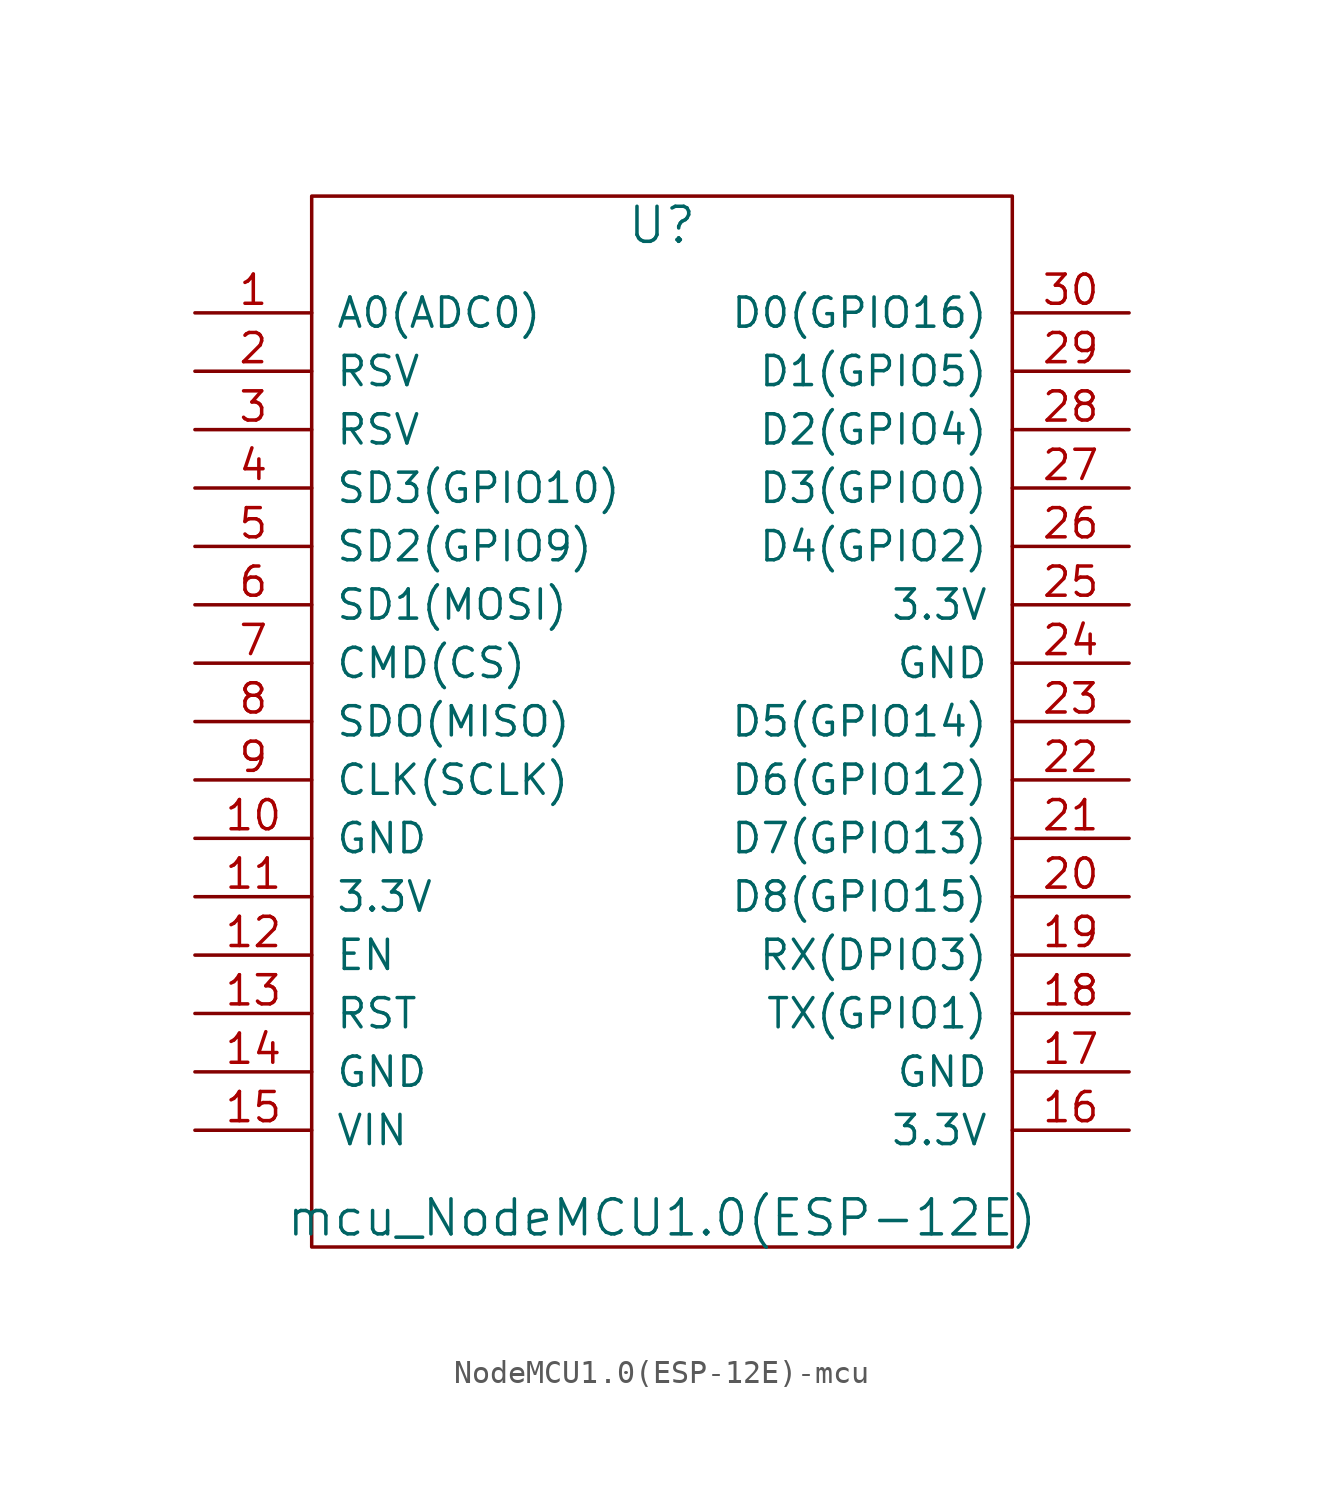
<source format=kicad_sym>
(kicad_symbol_lib
  (version 20220914)
  (generator kicad_symbol_editor)
  (symbol "NodeMCU1.0(ESP-12E)-mcu"
    (pin_names
      (offset 1.016))
    (property "Reference" "U"
      (at 0 21.59 0)
      (effects (font (size 1.524 1.524))))
    (property "Value" "mcu_NodeMCU1.0(ESP-12E)"
      (at 0 -21.59 0)
      (effects (font (size 1.524 1.524))))
    (property "Footprint" ""
      (at -15.24 -21.59 0)
      (effects (font (size 1.524 1.524))))
    (property "Datasheet" ""
      (at -15.24 -21.59 0)
      (effects (font (size 1.524 1.524))))
    (symbol "NodeMCU1.0(ESP-12E)-mcu_0_1"
      (rectangle (start -15.24 -22.86) (end 15.24 22.86) (stroke (width 0) (type solid)) (fill (type none))))
    (symbol "NodeMCU1.0(ESP-12E)-mcu_1_1"
      (pin input line (at -20.32 17.78 0) (length 5.08) (name "A0(ADC0)" (effects (font (size 1.27 1.27)))) (number "1" (effects (font (size 1.27 1.27)))))
      (pin input line (at -20.32 -5.08 0) (length 5.08) (name "GND" (effects (font (size 1.27 1.27)))) (number "10" (effects (font (size 1.27 1.27)))))
      (pin input line (at -20.32 -7.62 0) (length 5.08) (name "3.3V" (effects (font (size 1.27 1.27)))) (number "11" (effects (font (size 1.27 1.27)))))
      (pin input line (at -20.32 -10.16 0) (length 5.08) (name "EN" (effects (font (size 1.27 1.27)))) (number "12" (effects (font (size 1.27 1.27)))))
      (pin input line (at -20.32 -12.7 0) (length 5.08) (name "RST" (effects (font (size 1.27 1.27)))) (number "13" (effects (font (size 1.27 1.27)))))
      (pin input line (at -20.32 -15.24 0) (length 5.08) (name "GND" (effects (font (size 1.27 1.27)))) (number "14" (effects (font (size 1.27 1.27)))))
      (pin input line (at -20.32 -17.78 0) (length 5.08) (name "VIN" (effects (font (size 1.27 1.27)))) (number "15" (effects (font (size 1.27 1.27)))))
      (pin input line (at 20.32 -17.78 180) (length 5.08) (name "3.3V" (effects (font (size 1.27 1.27)))) (number "16" (effects (font (size 1.27 1.27)))))
      (pin input line (at 20.32 -15.24 180) (length 5.08) (name "GND" (effects (font (size 1.27 1.27)))) (number "17" (effects (font (size 1.27 1.27)))))
      (pin input line (at 20.32 -12.7 180) (length 5.08) (name "TX(GPIO1)" (effects (font (size 1.27 1.27)))) (number "18" (effects (font (size 1.27 1.27)))))
      (pin input line (at 20.32 -10.16 180) (length 5.08) (name "RX(DPIO3)" (effects (font (size 1.27 1.27)))) (number "19" (effects (font (size 1.27 1.27)))))
      (pin input line (at -20.32 15.24 0) (length 5.08) (name "RSV" (effects (font (size 1.27 1.27)))) (number "2" (effects (font (size 1.27 1.27)))))
      (pin input line (at 20.32 -7.62 180) (length 5.08) (name "D8(GPIO15)" (effects (font (size 1.27 1.27)))) (number "20" (effects (font (size 1.27 1.27)))))
      (pin input line (at 20.32 -5.08 180) (length 5.08) (name "D7(GPIO13)" (effects (font (size 1.27 1.27)))) (number "21" (effects (font (size 1.27 1.27)))))
      (pin input line (at 20.32 -2.54 180) (length 5.08) (name "D6(GPIO12)" (effects (font (size 1.27 1.27)))) (number "22" (effects (font (size 1.27 1.27)))))
      (pin input line (at 20.32 0 180) (length 5.08) (name "D5(GPIO14)" (effects (font (size 1.27 1.27)))) (number "23" (effects (font (size 1.27 1.27)))))
      (pin input line (at 20.32 2.54 180) (length 5.08) (name "GND" (effects (font (size 1.27 1.27)))) (number "24" (effects (font (size 1.27 1.27)))))
      (pin input line (at 20.32 5.08 180) (length 5.08) (name "3.3V" (effects (font (size 1.27 1.27)))) (number "25" (effects (font (size 1.27 1.27)))))
      (pin input line (at 20.32 7.62 180) (length 5.08) (name "D4(GPIO2)" (effects (font (size 1.27 1.27)))) (number "26" (effects (font (size 1.27 1.27)))))
      (pin input line (at 20.32 10.16 180) (length 5.08) (name "D3(GPIO0)" (effects (font (size 1.27 1.27)))) (number "27" (effects (font (size 1.27 1.27)))))
      (pin input line (at 20.32 12.7 180) (length 5.08) (name "D2(GPIO4)" (effects (font (size 1.27 1.27)))) (number "28" (effects (font (size 1.27 1.27)))))
      (pin input line (at 20.32 15.24 180) (length 5.08) (name "D1(GPIO5)" (effects (font (size 1.27 1.27)))) (number "29" (effects (font (size 1.27 1.27)))))
      (pin input line (at -20.32 12.7 0) (length 5.08) (name "RSV" (effects (font (size 1.27 1.27)))) (number "3" (effects (font (size 1.27 1.27)))))
      (pin input line (at 20.32 17.78 180) (length 5.08) (name "D0(GPIO16)" (effects (font (size 1.27 1.27)))) (number "30" (effects (font (size 1.27 1.27)))))
      (pin input line (at -20.32 10.16 0) (length 5.08) (name "SD3(GPIO10)" (effects (font (size 1.27 1.27)))) (number "4" (effects (font (size 1.27 1.27)))))
      (pin input line (at -20.32 7.62 0) (length 5.08) (name "SD2(GPIO9)" (effects (font (size 1.27 1.27)))) (number "5" (effects (font (size 1.27 1.27)))))
      (pin input line (at -20.32 5.08 0) (length 5.08) (name "SD1(MOSI)" (effects (font (size 1.27 1.27)))) (number "6" (effects (font (size 1.27 1.27)))))
      (pin input line (at -20.32 2.54 0) (length 5.08) (name "CMD(CS)" (effects (font (size 1.27 1.27)))) (number "7" (effects (font (size 1.27 1.27)))))
      (pin input line (at -20.32 0 0) (length 5.08) (name "SDO(MISO)" (effects (font (size 1.27 1.27)))) (number "8" (effects (font (size 1.27 1.27)))))
      (pin input line (at -20.32 -2.54 0) (length 5.08) (name "CLK(SCLK)" (effects (font (size 1.27 1.27)))) (number "9" (effects (font (size 1.27 1.27))))))))
</source>
